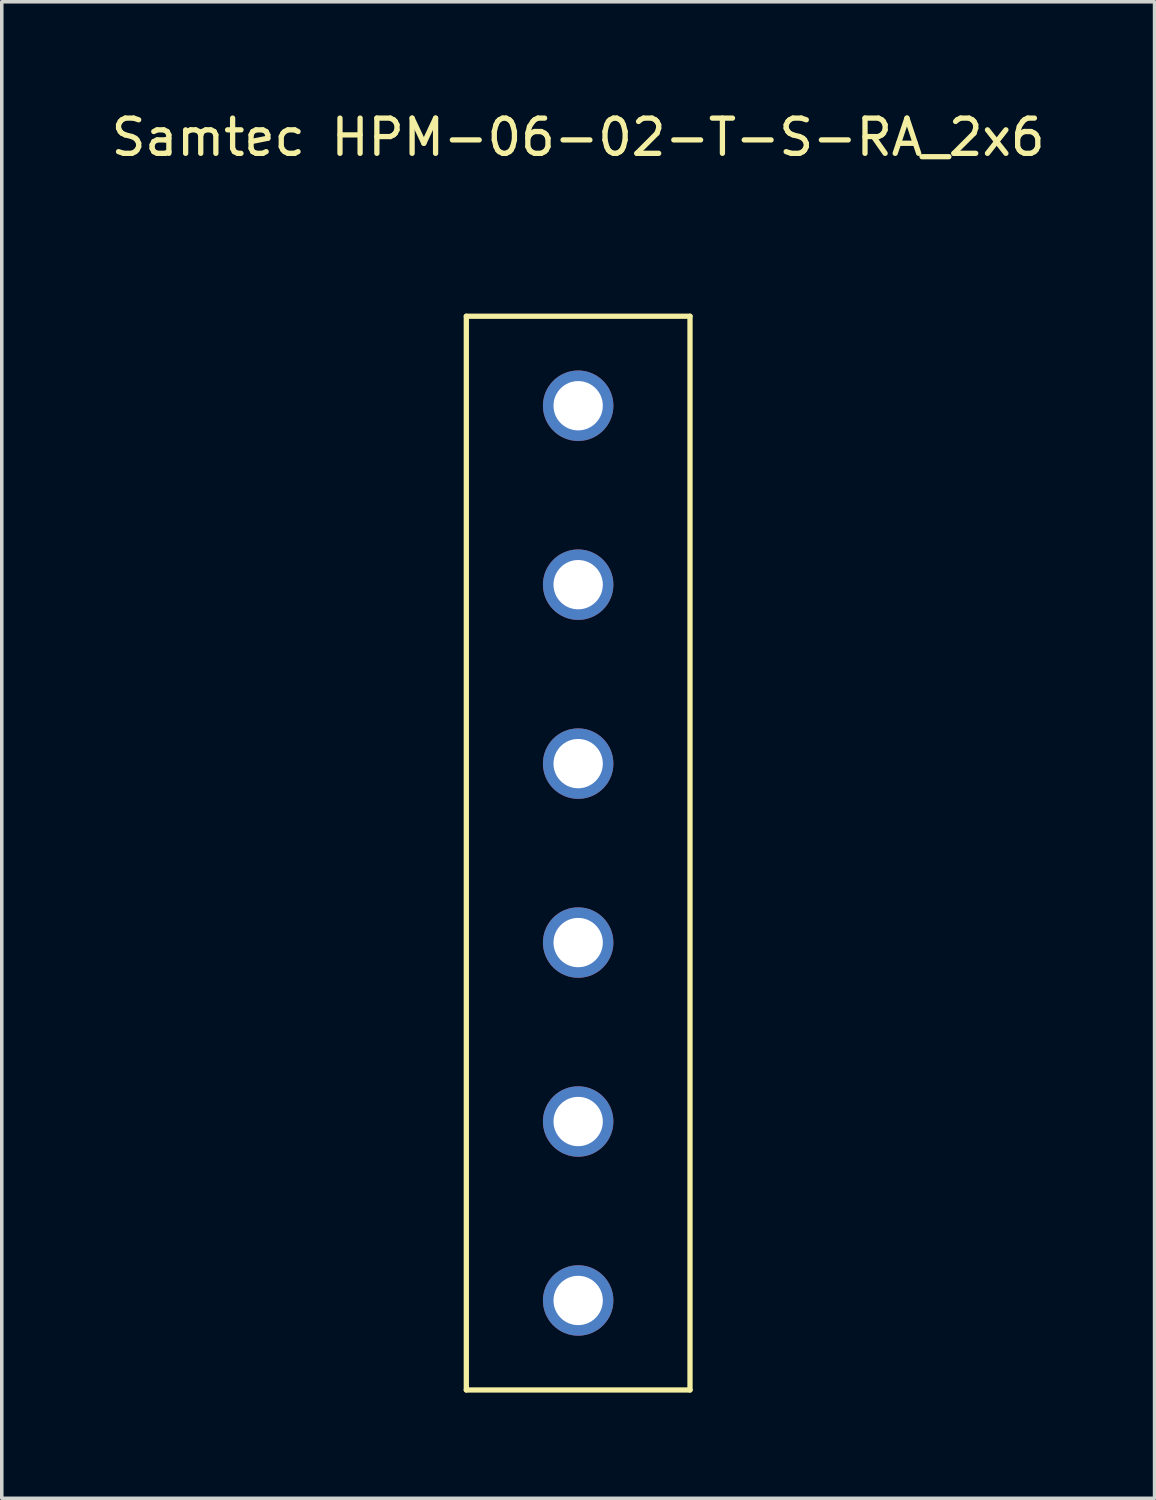
<source format=kicad_pcb>
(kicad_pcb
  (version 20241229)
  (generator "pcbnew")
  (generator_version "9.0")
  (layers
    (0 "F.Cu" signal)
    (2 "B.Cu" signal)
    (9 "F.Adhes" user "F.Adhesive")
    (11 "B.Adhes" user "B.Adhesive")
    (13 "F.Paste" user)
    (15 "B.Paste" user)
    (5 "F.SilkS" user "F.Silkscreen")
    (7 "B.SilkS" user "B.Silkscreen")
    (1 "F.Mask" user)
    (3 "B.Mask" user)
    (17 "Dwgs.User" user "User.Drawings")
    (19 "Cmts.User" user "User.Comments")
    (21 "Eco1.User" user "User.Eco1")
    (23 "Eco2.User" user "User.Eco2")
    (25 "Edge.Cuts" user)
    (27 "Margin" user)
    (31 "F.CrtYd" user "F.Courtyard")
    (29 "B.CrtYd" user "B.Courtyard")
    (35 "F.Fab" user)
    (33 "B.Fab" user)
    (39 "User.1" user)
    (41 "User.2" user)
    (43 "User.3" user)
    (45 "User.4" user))
  (footprint "Samtec HPM-06-02-T-S-RA_2x6"
    (layer "F.Cu")
    (at 13.363 21.168)
    (property "Reference" "Samtec HPM-06-02-T-S-RA_2x6" (at 0 -20.32 0) (layer "F.SilkS") (effects (font (size 1 1) (thickness 0.15))))
    (attr through_hole)
    (fp_line (start -3.175 -15.24) (end 3.175 -15.24) (stroke (width 0.15) (type solid)) (layer "F.SilkS"))
    (fp_line (start -3.175 15.24) (end -3.175 -15.24) (stroke (width 0.15) (type solid)) (layer "F.SilkS"))
    (fp_line (start 3.175 -15.24) (end 3.175 15.24) (stroke (width 0.15) (type solid)) (layer "F.SilkS"))
    (fp_line (start 3.175 15.24) (end -3.175 15.24) (stroke (width 0.15) (type solid)) (layer "F.SilkS"))
    (pad "1" thru_hole circle (at 0 -12.7) (size 2 2) (drill 1.4) (layers "*.Cu" "*.Mask"))
    (pad "2" thru_hole circle (at 0 -7.62) (size 2 2) (drill 1.4) (layers "*.Cu" "*.Mask"))
    (pad "3" thru_hole circle (at 0 -2.54) (size 2 2) (drill 1.4) (layers "*.Cu" "*.Mask"))
    (pad "4" thru_hole circle (at 0 2.54) (size 2 2) (drill 1.4) (layers "*.Cu" "*.Mask"))
    (pad "5" thru_hole circle (at 0 7.62) (size 2 2) (drill 1.4) (layers "*.Cu" "*.Mask"))
    (pad "6" thru_hole circle (at 0 12.7) (size 2 2) (drill 1.4) (layers "*.Cu" "*.Mask")))
  (gr_rect
    (start -3 -3)
    (end 29.726 39.483)
    (stroke (width 0.1) (type default))
    (fill no)
    (layer "Edge.Cuts")))
</source>
